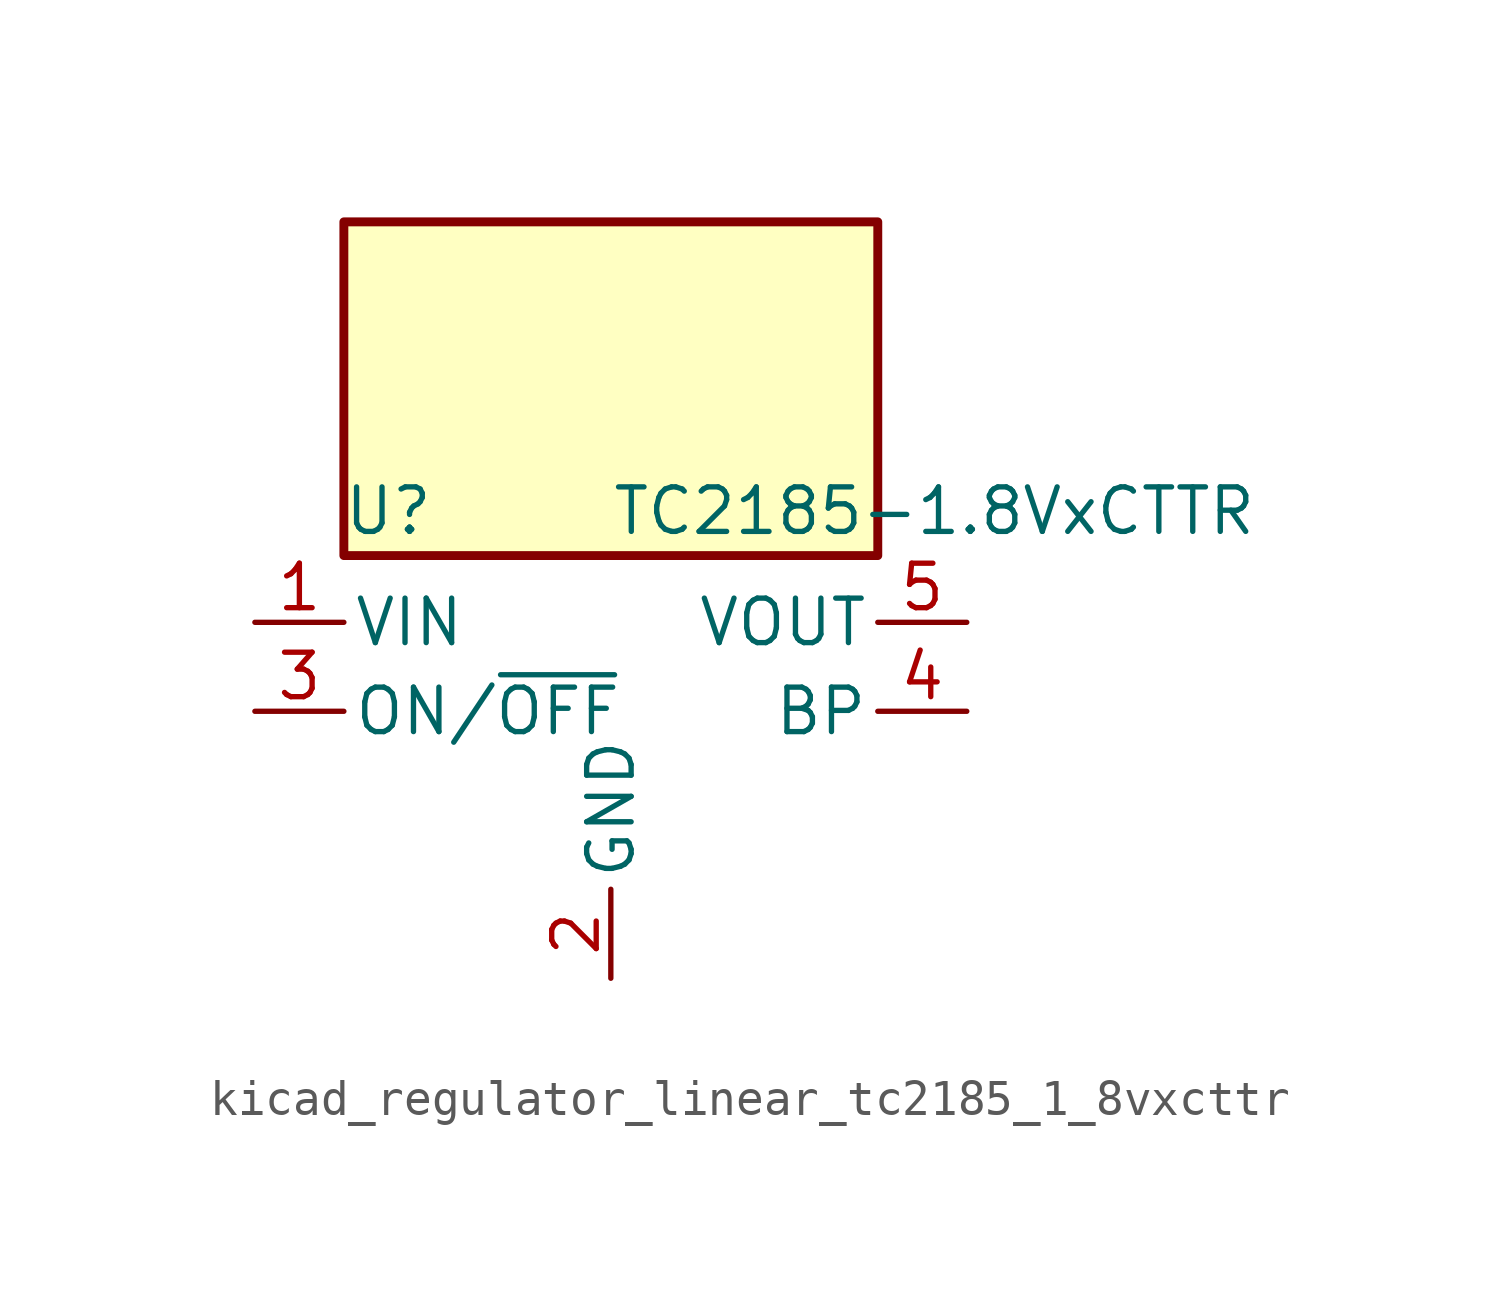
<source format=kicad_sym>
(kicad_symbol_lib
  (version 20220914)
  (generator kicad_symbol_editor)
  (symbol "kicad_regulator_linear_tc2185_1_8vxcttr"
    (pin_names
      (offset 0.254))
    (property "Reference" "U"
      (at -6.35 5.715 0)
      (effects (font (size 1.27 1.27))))
    (property "Value" "TC2185-1.8VxCTTR"
      (at 0 5.715 0)
      (effects (font (size 1.27 1.27)) (justify left)))
    (symbol "kicad_regulator_linear_tc2185_1_8vxcttr_0_1"
      (rectangle (start 7.62 13.97) (end -7.62 4.445) (stroke (width 0.254) (type default)) (fill (type background))))
    (symbol "kicad_regulator_linear_tc2185_1_8vxcttr_1_1"
      (pin power_in line (at -10.16 2.54 0) (length 2.54) (name "VIN" (effects (font (size 1.27 1.27)))) (number "1" (effects (font (size 1.27 1.27)))))
      (pin power_in line (at 0 -7.62 90) (length 2.54) (name "GND" (effects (font (size 1.27 1.27)))) (number "2" (effects (font (size 1.27 1.27)))))
      (pin input line (at -10.16 0 0) (length 2.54) (name "ON/~{OFF}" (effects (font (size 1.27 1.27)))) (number "3" (effects (font (size 1.27 1.27)))))
      (pin input line (at 10.16 0 180) (length 2.54) (name "BP" (effects (font (size 1.27 1.27)))) (number "4" (effects (font (size 1.27 1.27)))))
      (pin power_out line (at 10.16 2.54 180) (length 2.54) (name "VOUT" (effects (font (size 1.27 1.27)))) (number "5" (effects (font (size 1.27 1.27))))))))
</source>
